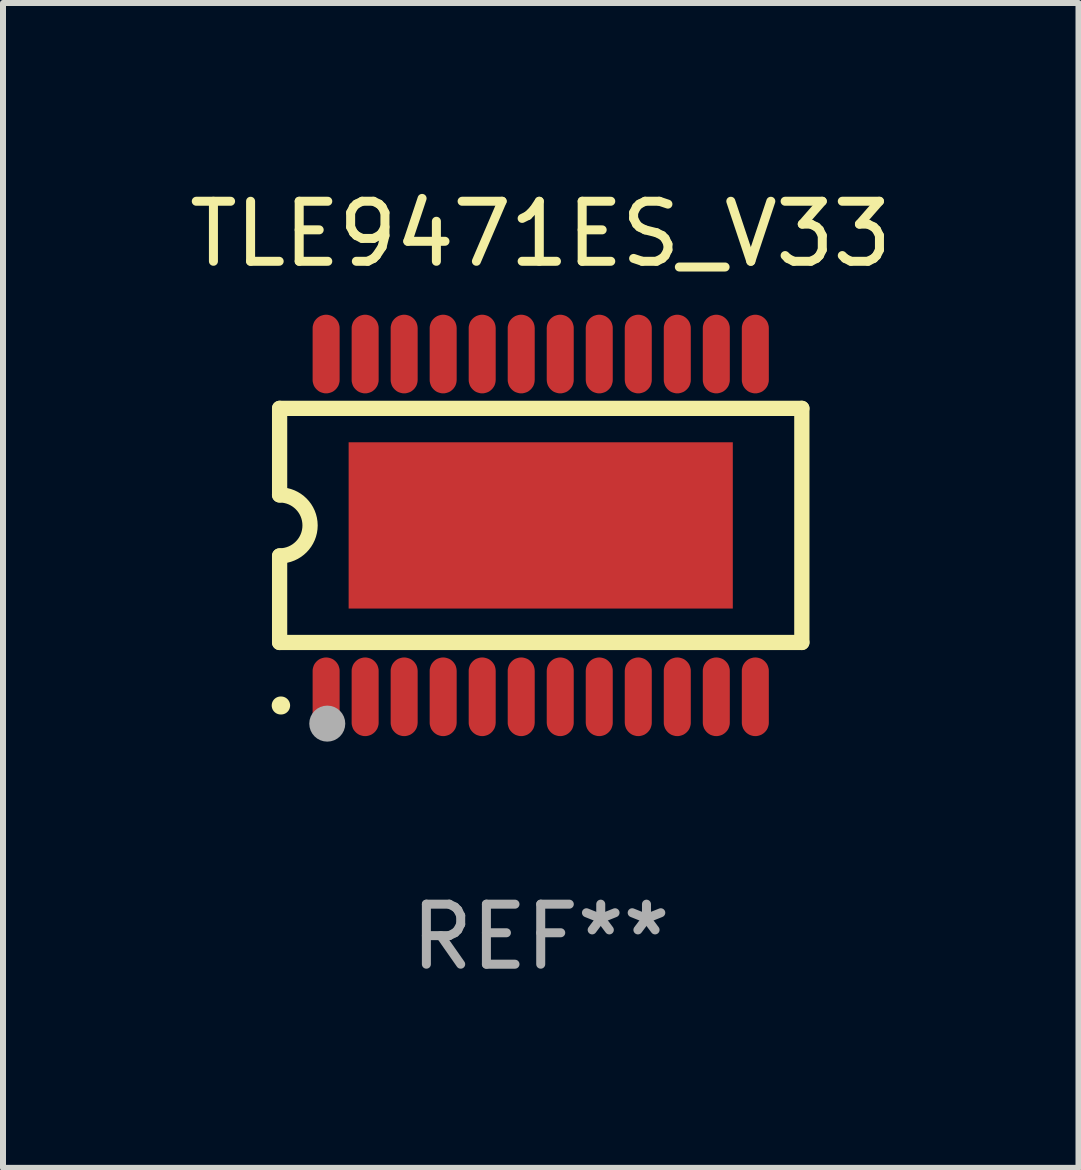
<source format=kicad_pcb>
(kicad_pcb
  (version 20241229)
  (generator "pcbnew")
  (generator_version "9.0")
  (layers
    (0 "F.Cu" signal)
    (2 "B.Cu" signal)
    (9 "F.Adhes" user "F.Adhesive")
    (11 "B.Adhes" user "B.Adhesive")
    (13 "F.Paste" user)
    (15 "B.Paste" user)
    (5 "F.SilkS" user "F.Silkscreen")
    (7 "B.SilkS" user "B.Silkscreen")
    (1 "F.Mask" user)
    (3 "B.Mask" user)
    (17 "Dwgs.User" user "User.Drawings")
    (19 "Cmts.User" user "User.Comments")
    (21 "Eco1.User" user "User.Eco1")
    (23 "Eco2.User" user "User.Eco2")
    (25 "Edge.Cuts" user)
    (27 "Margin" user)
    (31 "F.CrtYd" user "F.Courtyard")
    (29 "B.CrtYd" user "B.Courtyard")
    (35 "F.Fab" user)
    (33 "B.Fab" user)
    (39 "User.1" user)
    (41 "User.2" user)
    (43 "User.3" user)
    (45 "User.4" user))
  (footprint "TLE9471ES_V33"
    (layer "F.Cu")
    (at 5.958 5.703)
    (property "Reference" "TLE9471ES_V33" (at 0 -4.855 0) (layer "F.SilkS") (effects (font (size 1 1) (thickness 0.15))))
    (attr through_hole)
    (fp_line (start -4.35 -1.95) (end -4.35 -0.508) (stroke (width 0.254) (type solid)) (layer "F.SilkS"))
    (fp_line (start -4.35 -1.95) (end 4.35 -1.95) (stroke (width 0.254) (type solid)) (layer "F.SilkS"))
    (fp_line (start -4.35 1.95) (end -4.35 0.508) (stroke (width 0.254) (type solid)) (layer "F.SilkS"))
    (fp_line (start -4.35 1.95) (end 4.35 1.95) (stroke (width 0.254) (type solid)) (layer "F.SilkS"))
    (fp_line (start 4.35 -1.95) (end 4.35 1.95) (stroke (width 0.254) (type solid)) (layer "F.SilkS"))
    (fp_arc (start -4.351028 -0.508) (mid -3.843028 -0.000507) (end -4.350013 0.508001) (stroke (width 0.254001) (type solid)) (layer "F.SilkS"))
    (fp_arc (start -4.331656 2.999858) (mid -4.328332 2.999895) (end -4.325009 3.000005) (stroke (width 0.3) (type solid)) (layer "F.SilkS"))
    (fp_circle (center -4.325 3) (end -4.295 3) (stroke (width 0.06) (type solid)) (fill no) (layer "F.SilkS"))
    (fp_circle (center -3.556 3.302) (end -3.406 3.302) (stroke (width 0.3) (type solid)) (fill no) (layer "F.Fab"))
    (fp_text user "REF**" (at 0 6.855 0) (layer "F.Fab") (effects (font (size 1 1) (thickness 0.15))))
    (pad "1" smd custom (at -3.575 2.855 180) (size 0.45 1.31) (layers "F.Cu" "F.Mask" "F.Paste") (options (anchor circle)) (primitives (gr_poly (pts (xy -0.225 -0.43) (xy -0.224 -0.455) (xy -0.219 -0.48) (xy -0.212 -0.504) (xy -0.203 -0.528) (xy -0.19 -0.55) (xy -0.176 -0.57) (xy -0.159 -0.589) (xy -0.14 -0.606) (xy -0.12 -0.62) (xy -0.098 -0.633) (xy -0.074 -0.642) (xy -0.05 -0.649) (xy -0.025 -0.654) (xy 0.000051 -0.655) (xy 0.025 -0.654) (xy 0.05 -0.649) (xy 0.074 -0.642) (xy 0.098 -0.633) (xy 0.12 -0.62) (xy 0.14 -0.606) (xy 0.159 -0.589) (xy 0.176 -0.57) (xy 0.191 -0.55) (xy 0.203 -0.528) (xy 0.212 -0.504) (xy 0.219 -0.48) (xy 0.224 -0.455) (xy 0.225 -0.43) (xy 0.225 0.43) (xy 0.224 0.455) (xy 0.219 0.48) (xy 0.212 0.504) (xy 0.203 0.528) (xy 0.191 0.55) (xy 0.176 0.57) (xy 0.159 0.589) (xy 0.14 0.606) (xy 0.12 0.621) (xy 0.098 0.633) (xy 0.074 0.642) (xy 0.05 0.649) (xy 0.025 0.654) (xy 0.000051 0.655) (xy -0.025 0.654) (xy -0.05 0.649) (xy -0.074 0.642) (xy -0.098 0.633) (xy -0.12 0.621) (xy -0.14 0.606) (xy -0.159 0.589) (xy -0.176 0.57) (xy -0.19 0.55) (xy -0.203 0.528) (xy -0.212 0.504) (xy -0.219 0.48) (xy -0.224 0.455) (xy -0.225 0.43)) (width 0) (fill yes))))
    (pad "2" smd custom (at -2.925 2.855 180) (size 0.45 1.31) (layers "F.Cu" "F.Mask" "F.Paste") (options (anchor circle)) (primitives (gr_poly (pts (xy -0.225 -0.43) (xy -0.224 -0.455) (xy -0.219 -0.48) (xy -0.212 -0.504) (xy -0.203 -0.528) (xy -0.19 -0.55) (xy -0.176 -0.57) (xy -0.159 -0.589) (xy -0.14 -0.606) (xy -0.12 -0.62) (xy -0.098 -0.633) (xy -0.074 -0.642) (xy -0.05 -0.649) (xy -0.025 -0.654) (xy 0.000076 -0.655) (xy 0.025 -0.654) (xy 0.05 -0.649) (xy 0.074 -0.642) (xy 0.098 -0.633) (xy 0.12 -0.62) (xy 0.14 -0.606) (xy 0.159 -0.589) (xy 0.176 -0.57) (xy 0.191 -0.55) (xy 0.203 -0.528) (xy 0.212 -0.504) (xy 0.219 -0.48) (xy 0.224 -0.455) (xy 0.225 -0.43) (xy 0.225 0.43) (xy 0.224 0.455) (xy 0.219 0.48) (xy 0.212 0.504) (xy 0.203 0.528) (xy 0.191 0.55) (xy 0.176 0.57) (xy 0.159 0.589) (xy 0.14 0.606) (xy 0.12 0.621) (xy 0.098 0.633) (xy 0.074 0.642) (xy 0.05 0.649) (xy 0.025 0.654) (xy 0.000076 0.655) (xy -0.025 0.654) (xy -0.05 0.649) (xy -0.074 0.642) (xy -0.098 0.633) (xy -0.12 0.621) (xy -0.14 0.606) (xy -0.159 0.589) (xy -0.176 0.57) (xy -0.19 0.55) (xy -0.203 0.528) (xy -0.212 0.504) (xy -0.219 0.48) (xy -0.224 0.455) (xy -0.225 0.43)) (width 0) (fill yes))))
    (pad "3" smd custom (at -2.275 2.855 180) (size 0.45 1.31) (layers "F.Cu" "F.Mask" "F.Paste") (options (anchor circle)) (primitives (gr_poly (pts (xy -0.225 -0.43) (xy -0.223 -0.455) (xy -0.219 -0.48) (xy -0.212 -0.504) (xy -0.203 -0.528) (xy -0.19 -0.55) (xy -0.176 -0.57) (xy -0.159 -0.589) (xy -0.14 -0.606) (xy -0.12 -0.62) (xy -0.098 -0.633) (xy -0.074 -0.642) (xy -0.05 -0.649) (xy -0.025 -0.654) (xy 0.000076 -0.655) (xy 0.025 -0.654) (xy 0.05 -0.649) (xy 0.074 -0.642) (xy 0.098 -0.633) (xy 0.12 -0.62) (xy 0.14 -0.606) (xy 0.159 -0.589) (xy 0.176 -0.57) (xy 0.191 -0.55) (xy 0.203 -0.528) (xy 0.212 -0.504) (xy 0.219 -0.48) (xy 0.224 -0.455) (xy 0.225 -0.43) (xy 0.225 0.43) (xy 0.224 0.455) (xy 0.219 0.48) (xy 0.212 0.504) (xy 0.203 0.528) (xy 0.191 0.55) (xy 0.176 0.57) (xy 0.159 0.589) (xy 0.14 0.606) (xy 0.12 0.621) (xy 0.098 0.633) (xy 0.074 0.642) (xy 0.05 0.649) (xy 0.025 0.654) (xy 0.000076 0.655) (xy -0.025 0.654) (xy -0.05 0.649) (xy -0.074 0.642) (xy -0.098 0.633) (xy -0.12 0.621) (xy -0.14 0.606) (xy -0.159 0.589) (xy -0.176 0.57) (xy -0.19 0.55) (xy -0.203 0.528) (xy -0.212 0.504) (xy -0.219 0.48) (xy -0.223 0.455) (xy -0.225 0.43)) (width 0) (fill yes))))
    (pad "4" smd custom (at -1.625 2.855 180) (size 0.45 1.31) (layers "F.Cu" "F.Mask" "F.Paste") (options (anchor circle)) (primitives (gr_poly (pts (xy -0.225 -0.43) (xy -0.223 -0.455) (xy -0.219 -0.48) (xy -0.212 -0.504) (xy -0.203 -0.528) (xy -0.19 -0.55) (xy -0.176 -0.57) (xy -0.159 -0.589) (xy -0.14 -0.606) (xy -0.12 -0.62) (xy -0.098 -0.633) (xy -0.074 -0.642) (xy -0.05 -0.649) (xy -0.025 -0.654) (xy 0.000102 -0.655) (xy 0.025 -0.654) (xy 0.05 -0.649) (xy 0.074 -0.642) (xy 0.098 -0.633) (xy 0.12 -0.62) (xy 0.14 -0.606) (xy 0.159 -0.589) (xy 0.176 -0.57) (xy 0.191 -0.55) (xy 0.203 -0.528) (xy 0.212 -0.504) (xy 0.219 -0.48) (xy 0.224 -0.455) (xy 0.225 -0.43) (xy 0.225 0.43) (xy 0.224 0.455) (xy 0.219 0.48) (xy 0.212 0.504) (xy 0.203 0.528) (xy 0.191 0.55) (xy 0.176 0.57) (xy 0.159 0.589) (xy 0.14 0.606) (xy 0.12 0.621) (xy 0.098 0.633) (xy 0.074 0.642) (xy 0.05 0.649) (xy 0.025 0.654) (xy 0.000102 0.655) (xy -0.025 0.654) (xy -0.05 0.649) (xy -0.074 0.642) (xy -0.098 0.633) (xy -0.12 0.621) (xy -0.14 0.606) (xy -0.159 0.589) (xy -0.176 0.57) (xy -0.19 0.55) (xy -0.203 0.528) (xy -0.212 0.504) (xy -0.219 0.48) (xy -0.223 0.455) (xy -0.225 0.43)) (width 0) (fill yes))))
    (pad "5" smd custom (at -0.975 2.855 180) (size 0.45 1.31) (layers "F.Cu" "F.Mask" "F.Paste") (options (anchor circle)) (primitives (gr_poly (pts (xy -0.225 -0.43) (xy -0.223 -0.455) (xy -0.219 -0.48) (xy -0.212 -0.504) (xy -0.203 -0.528) (xy -0.19 -0.55) (xy -0.176 -0.57) (xy -0.159 -0.589) (xy -0.14 -0.606) (xy -0.12 -0.62) (xy -0.098 -0.633) (xy -0.074 -0.642) (xy -0.05 -0.649) (xy -0.025 -0.654) (xy 0.000102 -0.655) (xy 0.025 -0.654) (xy 0.05 -0.649) (xy 0.074 -0.642) (xy 0.098 -0.633) (xy 0.12 -0.62) (xy 0.14 -0.606) (xy 0.159 -0.589) (xy 0.176 -0.57) (xy 0.191 -0.55) (xy 0.203 -0.528) (xy 0.212 -0.504) (xy 0.219 -0.48) (xy 0.224 -0.455) (xy 0.225 -0.43) (xy 0.225 0.43) (xy 0.224 0.455) (xy 0.219 0.48) (xy 0.212 0.504) (xy 0.203 0.528) (xy 0.191 0.55) (xy 0.176 0.57) (xy 0.159 0.589) (xy 0.14 0.606) (xy 0.12 0.621) (xy 0.098 0.633) (xy 0.074 0.642) (xy 0.05 0.649) (xy 0.025 0.654) (xy 0.000102 0.655) (xy -0.025 0.654) (xy -0.05 0.649) (xy -0.074 0.642) (xy -0.098 0.633) (xy -0.12 0.621) (xy -0.14 0.606) (xy -0.159 0.589) (xy -0.176 0.57) (xy -0.19 0.55) (xy -0.203 0.528) (xy -0.212 0.504) (xy -0.219 0.48) (xy -0.223 0.455) (xy -0.225 0.43)) (width 0) (fill yes))))
    (pad "6" smd custom (at -0.325 2.855 180) (size 0.45 1.31) (layers "F.Cu" "F.Mask" "F.Paste") (options (anchor circle)) (primitives (gr_poly (pts (xy -0.225 -0.43) (xy -0.223 -0.455) (xy -0.219 -0.48) (xy -0.212 -0.504) (xy -0.203 -0.528) (xy -0.19 -0.55) (xy -0.176 -0.57) (xy -0.159 -0.589) (xy -0.14 -0.606) (xy -0.12 -0.62) (xy -0.098 -0.633) (xy -0.074 -0.642) (xy -0.05 -0.649) (xy -0.025 -0.654) (xy 0.000127 -0.655) (xy 0.025 -0.654) (xy 0.05 -0.649) (xy 0.074 -0.642) (xy 0.098 -0.633) (xy 0.12 -0.62) (xy 0.14 -0.606) (xy 0.159 -0.589) (xy 0.176 -0.57) (xy 0.191 -0.55) (xy 0.203 -0.528) (xy 0.212 -0.504) (xy 0.219 -0.48) (xy 0.224 -0.455) (xy 0.225 -0.43) (xy 0.225 0.43) (xy 0.224 0.455) (xy 0.219 0.48) (xy 0.212 0.504) (xy 0.203 0.528) (xy 0.191 0.55) (xy 0.176 0.57) (xy 0.159 0.589) (xy 0.14 0.606) (xy 0.12 0.621) (xy 0.098 0.633) (xy 0.074 0.642) (xy 0.05 0.649) (xy 0.025 0.654) (xy 0.000127 0.655) (xy -0.025 0.654) (xy -0.05 0.649) (xy -0.074 0.642) (xy -0.098 0.633) (xy -0.12 0.621) (xy -0.14 0.606) (xy -0.159 0.589) (xy -0.176 0.57) (xy -0.19 0.55) (xy -0.203 0.528) (xy -0.212 0.504) (xy -0.219 0.48) (xy -0.223 0.455) (xy -0.225 0.43)) (width 0) (fill yes))))
    (pad "7" smd custom (at 0.325 2.855 180) (size 0.45 1.31) (layers "F.Cu" "F.Mask" "F.Paste") (options (anchor circle)) (primitives (gr_poly (pts (xy -0.225 -0.43) (xy -0.224 -0.455) (xy -0.219 -0.48) (xy -0.212 -0.504) (xy -0.203 -0.528) (xy -0.191 -0.55) (xy -0.176 -0.57) (xy -0.159 -0.589) (xy -0.14 -0.606) (xy -0.12 -0.62) (xy -0.098 -0.633) (xy -0.074 -0.642) (xy -0.05 -0.649) (xy -0.025 -0.654) (xy -0.000127 -0.655) (xy 0.025 -0.654) (xy 0.05 -0.649) (xy 0.074 -0.642) (xy 0.098 -0.633) (xy 0.12 -0.62) (xy 0.14 -0.606) (xy 0.159 -0.589) (xy 0.176 -0.57) (xy 0.19 -0.55) (xy 0.203 -0.528) (xy 0.212 -0.504) (xy 0.219 -0.48) (xy 0.223 -0.455) (xy 0.225 -0.43) (xy 0.225 0.43) (xy 0.223 0.455) (xy 0.219 0.48) (xy 0.212 0.504) (xy 0.203 0.528) (xy 0.19 0.55) (xy 0.176 0.57) (xy 0.159 0.589) (xy 0.14 0.606) (xy 0.12 0.621) (xy 0.098 0.633) (xy 0.074 0.642) (xy 0.05 0.649) (xy 0.025 0.654) (xy -0.000127 0.655) (xy -0.025 0.654) (xy -0.05 0.649) (xy -0.074 0.642) (xy -0.098 0.633) (xy -0.12 0.621) (xy -0.14 0.606) (xy -0.159 0.589) (xy -0.176 0.57) (xy -0.191 0.55) (xy -0.203 0.528) (xy -0.212 0.504) (xy -0.219 0.48) (xy -0.224 0.455) (xy -0.225 0.43)) (width 0) (fill yes))))
    (pad "8" smd custom (at 0.975 2.855 180) (size 0.45 1.31) (layers "F.Cu" "F.Mask" "F.Paste") (options (anchor circle)) (primitives (gr_poly (pts (xy -0.225 -0.43) (xy -0.224 -0.455) (xy -0.219 -0.48) (xy -0.212 -0.504) (xy -0.203 -0.528) (xy -0.191 -0.55) (xy -0.176 -0.57) (xy -0.159 -0.589) (xy -0.14 -0.606) (xy -0.12 -0.62) (xy -0.098 -0.633) (xy -0.074 -0.642) (xy -0.05 -0.649) (xy -0.025 -0.654) (xy -0.000102 -0.655) (xy 0.025 -0.654) (xy 0.05 -0.649) (xy 0.074 -0.642) (xy 0.098 -0.633) (xy 0.12 -0.62) (xy 0.14 -0.606) (xy 0.159 -0.589) (xy 0.176 -0.57) (xy 0.19 -0.55) (xy 0.203 -0.528) (xy 0.212 -0.504) (xy 0.219 -0.48) (xy 0.223 -0.455) (xy 0.225 -0.43) (xy 0.225 0.43) (xy 0.223 0.455) (xy 0.219 0.48) (xy 0.212 0.504) (xy 0.203 0.528) (xy 0.19 0.55) (xy 0.176 0.57) (xy 0.159 0.589) (xy 0.14 0.606) (xy 0.12 0.621) (xy 0.098 0.633) (xy 0.074 0.642) (xy 0.05 0.649) (xy 0.025 0.654) (xy -0.000102 0.655) (xy -0.025 0.654) (xy -0.05 0.649) (xy -0.074 0.642) (xy -0.098 0.633) (xy -0.12 0.621) (xy -0.14 0.606) (xy -0.159 0.589) (xy -0.176 0.57) (xy -0.191 0.55) (xy -0.203 0.528) (xy -0.212 0.504) (xy -0.219 0.48) (xy -0.224 0.455) (xy -0.225 0.43)) (width 0) (fill yes))))
    (pad "9" smd custom (at 1.625 2.855 180) (size 0.45 1.31) (layers "F.Cu" "F.Mask" "F.Paste") (options (anchor circle)) (primitives (gr_poly (pts (xy -0.225 -0.43) (xy -0.224 -0.455) (xy -0.219 -0.48) (xy -0.212 -0.504) (xy -0.203 -0.528) (xy -0.191 -0.55) (xy -0.176 -0.57) (xy -0.159 -0.589) (xy -0.14 -0.606) (xy -0.12 -0.62) (xy -0.098 -0.633) (xy -0.074 -0.642) (xy -0.05 -0.649) (xy -0.025 -0.654) (xy -0.000102 -0.655) (xy 0.025 -0.654) (xy 0.05 -0.649) (xy 0.074 -0.642) (xy 0.098 -0.633) (xy 0.12 -0.62) (xy 0.14 -0.606) (xy 0.159 -0.589) (xy 0.176 -0.57) (xy 0.19 -0.55) (xy 0.203 -0.528) (xy 0.212 -0.504) (xy 0.219 -0.48) (xy 0.223 -0.455) (xy 0.225 -0.43) (xy 0.225 0.43) (xy 0.223 0.455) (xy 0.219 0.48) (xy 0.212 0.504) (xy 0.203 0.528) (xy 0.19 0.55) (xy 0.176 0.57) (xy 0.159 0.589) (xy 0.14 0.606) (xy 0.12 0.621) (xy 0.098 0.633) (xy 0.074 0.642) (xy 0.05 0.649) (xy 0.025 0.654) (xy -0.000102 0.655) (xy -0.025 0.654) (xy -0.05 0.649) (xy -0.074 0.642) (xy -0.098 0.633) (xy -0.12 0.621) (xy -0.14 0.606) (xy -0.159 0.589) (xy -0.176 0.57) (xy -0.191 0.55) (xy -0.203 0.528) (xy -0.212 0.504) (xy -0.219 0.48) (xy -0.224 0.455) (xy -0.225 0.43)) (width 0) (fill yes))))
    (pad "10" smd custom (at 2.275 2.855 180) (size 0.45 1.31) (layers "F.Cu" "F.Mask" "F.Paste") (options (anchor circle)) (primitives (gr_poly (pts (xy -0.225 -0.43) (xy -0.224 -0.455) (xy -0.219 -0.48) (xy -0.212 -0.504) (xy -0.203 -0.528) (xy -0.191 -0.55) (xy -0.176 -0.57) (xy -0.159 -0.589) (xy -0.14 -0.606) (xy -0.12 -0.62) (xy -0.098 -0.633) (xy -0.074 -0.642) (xy -0.05 -0.649) (xy -0.025 -0.654) (xy -0.000076 -0.655) (xy 0.025 -0.654) (xy 0.05 -0.649) (xy 0.074 -0.642) (xy 0.098 -0.633) (xy 0.12 -0.62) (xy 0.14 -0.606) (xy 0.159 -0.589) (xy 0.176 -0.57) (xy 0.19 -0.55) (xy 0.203 -0.528) (xy 0.212 -0.504) (xy 0.219 -0.48) (xy 0.224 -0.455) (xy 0.225 -0.43) (xy 0.225 0.43) (xy 0.224 0.455) (xy 0.219 0.48) (xy 0.212 0.504) (xy 0.203 0.528) (xy 0.19 0.55) (xy 0.176 0.57) (xy 0.159 0.589) (xy 0.14 0.606) (xy 0.12 0.621) (xy 0.098 0.633) (xy 0.074 0.642) (xy 0.05 0.649) (xy 0.025 0.654) (xy -0.000076 0.655) (xy -0.025 0.654) (xy -0.05 0.649) (xy -0.074 0.642) (xy -0.098 0.633) (xy -0.12 0.621) (xy -0.14 0.606) (xy -0.159 0.589) (xy -0.176 0.57) (xy -0.191 0.55) (xy -0.203 0.528) (xy -0.212 0.504) (xy -0.219 0.48) (xy -0.224 0.455) (xy -0.225 0.43)) (width 0) (fill yes))))
    (pad "11" smd custom (at 2.925 2.855 180) (size 0.45 1.31) (layers "F.Cu" "F.Mask" "F.Paste") (options (anchor circle)) (primitives (gr_poly (pts (xy -0.225 -0.43) (xy -0.224 -0.455) (xy -0.219 -0.48) (xy -0.212 -0.504) (xy -0.203 -0.528) (xy -0.191 -0.55) (xy -0.176 -0.57) (xy -0.159 -0.589) (xy -0.14 -0.606) (xy -0.12 -0.62) (xy -0.098 -0.633) (xy -0.074 -0.642) (xy -0.05 -0.649) (xy -0.025 -0.654) (xy -0.000051 -0.655) (xy 0.025 -0.654) (xy 0.05 -0.649) (xy 0.074 -0.642) (xy 0.098 -0.633) (xy 0.12 -0.62) (xy 0.14 -0.606) (xy 0.159 -0.589) (xy 0.176 -0.57) (xy 0.19 -0.55) (xy 0.203 -0.528) (xy 0.212 -0.504) (xy 0.219 -0.48) (xy 0.224 -0.455) (xy 0.225 -0.43) (xy 0.225 0.43) (xy 0.224 0.455) (xy 0.219 0.48) (xy 0.212 0.504) (xy 0.203 0.528) (xy 0.19 0.55) (xy 0.176 0.57) (xy 0.159 0.589) (xy 0.14 0.606) (xy 0.12 0.621) (xy 0.098 0.633) (xy 0.074 0.642) (xy 0.05 0.649) (xy 0.025 0.654) (xy -0.000051 0.655) (xy -0.025 0.654) (xy -0.05 0.649) (xy -0.074 0.642) (xy -0.098 0.633) (xy -0.12 0.621) (xy -0.14 0.606) (xy -0.159 0.589) (xy -0.176 0.57) (xy -0.191 0.55) (xy -0.203 0.528) (xy -0.212 0.504) (xy -0.219 0.48) (xy -0.224 0.455) (xy -0.225 0.43)) (width 0) (fill yes))))
    (pad "12" smd custom (at 3.575 2.855 180) (size 0.45 1.31) (layers "F.Cu" "F.Mask" "F.Paste") (options (anchor circle)) (primitives (gr_poly (pts (xy -0.225 -0.43) (xy -0.224 -0.455) (xy -0.219 -0.48) (xy -0.212 -0.504) (xy -0.203 -0.528) (xy -0.191 -0.55) (xy -0.176 -0.57) (xy -0.159 -0.589) (xy -0.14 -0.606) (xy -0.12 -0.62) (xy -0.098 -0.633) (xy -0.074 -0.642) (xy -0.05 -0.649) (xy -0.025 -0.654) (xy -0.000051 -0.655) (xy 0.025 -0.654) (xy 0.05 -0.649) (xy 0.074 -0.642) (xy 0.098 -0.633) (xy 0.12 -0.62) (xy 0.14 -0.606) (xy 0.159 -0.589) (xy 0.176 -0.57) (xy 0.19 -0.55) (xy 0.203 -0.528) (xy 0.212 -0.504) (xy 0.219 -0.48) (xy 0.224 -0.455) (xy 0.225 -0.43) (xy 0.225 0.43) (xy 0.224 0.455) (xy 0.219 0.48) (xy 0.212 0.504) (xy 0.203 0.528) (xy 0.19 0.55) (xy 0.176 0.57) (xy 0.159 0.589) (xy 0.14 0.606) (xy 0.12 0.621) (xy 0.098 0.633) (xy 0.074 0.642) (xy 0.05 0.649) (xy 0.025 0.654) (xy -0.000051 0.655) (xy -0.025 0.654) (xy -0.05 0.649) (xy -0.074 0.642) (xy -0.098 0.633) (xy -0.12 0.621) (xy -0.14 0.606) (xy -0.159 0.589) (xy -0.176 0.57) (xy -0.191 0.55) (xy -0.203 0.528) (xy -0.212 0.504) (xy -0.219 0.48) (xy -0.224 0.455) (xy -0.225 0.43)) (width 0) (fill yes))))
    (pad "13" smd custom (at 3.575 -2.855 180) (size 0.45 1.31) (layers "F.Cu" "F.Mask" "F.Paste") (options (anchor circle)) (primitives (gr_poly (pts (xy -0.225 -0.43) (xy -0.224 -0.455) (xy -0.219 -0.48) (xy -0.212 -0.504) (xy -0.203 -0.528) (xy -0.191 -0.55) (xy -0.176 -0.57) (xy -0.159 -0.589) (xy -0.14 -0.606) (xy -0.12 -0.621) (xy -0.098 -0.633) (xy -0.074 -0.642) (xy -0.05 -0.649) (xy -0.025 -0.654) (xy -0.000051 -0.655) (xy 0.025 -0.654) (xy 0.05 -0.649) (xy 0.074 -0.642) (xy 0.098 -0.633) (xy 0.12 -0.621) (xy 0.14 -0.606) (xy 0.159 -0.589) (xy 0.176 -0.57) (xy 0.19 -0.55) (xy 0.203 -0.528) (xy 0.212 -0.504) (xy 0.219 -0.48) (xy 0.224 -0.455) (xy 0.225 -0.43) (xy 0.225 0.43) (xy 0.224 0.455) (xy 0.219 0.48) (xy 0.212 0.504) (xy 0.203 0.528) (xy 0.19 0.55) (xy 0.176 0.57) (xy 0.159 0.589) (xy 0.14 0.606) (xy 0.12 0.62) (xy 0.098 0.633) (xy 0.074 0.642) (xy 0.05 0.649) (xy 0.025 0.654) (xy -0.000051 0.655) (xy -0.025 0.654) (xy -0.05 0.649) (xy -0.074 0.642) (xy -0.098 0.633) (xy -0.12 0.62) (xy -0.14 0.606) (xy -0.159 0.589) (xy -0.176 0.57) (xy -0.191 0.55) (xy -0.203 0.528) (xy -0.212 0.504) (xy -0.219 0.48) (xy -0.224 0.455) (xy -0.225 0.43)) (width 0) (fill yes))))
    (pad "14" smd custom (at 2.925 -2.855 180) (size 0.45 1.31) (layers "F.Cu" "F.Mask" "F.Paste") (options (anchor circle)) (primitives (gr_poly (pts (xy -0.225 -0.43) (xy -0.224 -0.455) (xy -0.219 -0.48) (xy -0.212 -0.504) (xy -0.203 -0.528) (xy -0.191 -0.55) (xy -0.176 -0.57) (xy -0.159 -0.589) (xy -0.14 -0.606) (xy -0.12 -0.621) (xy -0.098 -0.633) (xy -0.074 -0.642) (xy -0.05 -0.649) (xy -0.025 -0.654) (xy -0.000051 -0.655) (xy 0.025 -0.654) (xy 0.05 -0.649) (xy 0.074 -0.642) (xy 0.098 -0.633) (xy 0.12 -0.621) (xy 0.14 -0.606) (xy 0.159 -0.589) (xy 0.176 -0.57) (xy 0.19 -0.55) (xy 0.203 -0.528) (xy 0.212 -0.504) (xy 0.219 -0.48) (xy 0.224 -0.455) (xy 0.225 -0.43) (xy 0.225 0.43) (xy 0.224 0.455) (xy 0.219 0.48) (xy 0.212 0.504) (xy 0.203 0.528) (xy 0.19 0.55) (xy 0.176 0.57) (xy 0.159 0.589) (xy 0.14 0.606) (xy 0.12 0.62) (xy 0.098 0.633) (xy 0.074 0.642) (xy 0.05 0.649) (xy 0.025 0.654) (xy -0.000051 0.655) (xy -0.025 0.654) (xy -0.05 0.649) (xy -0.074 0.642) (xy -0.098 0.633) (xy -0.12 0.62) (xy -0.14 0.606) (xy -0.159 0.589) (xy -0.176 0.57) (xy -0.191 0.55) (xy -0.203 0.528) (xy -0.212 0.504) (xy -0.219 0.48) (xy -0.224 0.455) (xy -0.225 0.43)) (width 0) (fill yes))))
    (pad "15" smd custom (at 2.275 -2.855 180) (size 0.45 1.31) (layers "F.Cu" "F.Mask" "F.Paste") (options (anchor circle)) (primitives (gr_poly (pts (xy -0.225 -0.43) (xy -0.224 -0.455) (xy -0.219 -0.48) (xy -0.212 -0.504) (xy -0.203 -0.528) (xy -0.191 -0.55) (xy -0.176 -0.57) (xy -0.159 -0.589) (xy -0.14 -0.606) (xy -0.12 -0.621) (xy -0.098 -0.633) (xy -0.074 -0.642) (xy -0.05 -0.649) (xy -0.025 -0.654) (xy -0.000076 -0.655) (xy 0.025 -0.654) (xy 0.05 -0.649) (xy 0.074 -0.642) (xy 0.098 -0.633) (xy 0.12 -0.621) (xy 0.14 -0.606) (xy 0.159 -0.589) (xy 0.176 -0.57) (xy 0.19 -0.55) (xy 0.203 -0.528) (xy 0.212 -0.504) (xy 0.219 -0.48) (xy 0.224 -0.455) (xy 0.225 -0.43) (xy 0.225 0.43) (xy 0.224 0.455) (xy 0.219 0.48) (xy 0.212 0.504) (xy 0.203 0.528) (xy 0.19 0.55) (xy 0.176 0.57) (xy 0.159 0.589) (xy 0.14 0.606) (xy 0.12 0.62) (xy 0.098 0.633) (xy 0.074 0.642) (xy 0.05 0.649) (xy 0.025 0.654) (xy -0.000076 0.655) (xy -0.025 0.654) (xy -0.05 0.649) (xy -0.074 0.642) (xy -0.098 0.633) (xy -0.12 0.62) (xy -0.14 0.606) (xy -0.159 0.589) (xy -0.176 0.57) (xy -0.191 0.55) (xy -0.203 0.528) (xy -0.212 0.504) (xy -0.219 0.48) (xy -0.224 0.455) (xy -0.225 0.43)) (width 0) (fill yes))))
    (pad "16" smd custom (at 1.625 -2.855 180) (size 0.45 1.31) (layers "F.Cu" "F.Mask" "F.Paste") (options (anchor circle)) (primitives (gr_poly (pts (xy -0.225 -0.43) (xy -0.224 -0.455) (xy -0.219 -0.48) (xy -0.212 -0.504) (xy -0.203 -0.528) (xy -0.191 -0.55) (xy -0.176 -0.57) (xy -0.159 -0.589) (xy -0.14 -0.606) (xy -0.12 -0.621) (xy -0.098 -0.633) (xy -0.074 -0.642) (xy -0.05 -0.649) (xy -0.025 -0.654) (xy -0.000102 -0.655) (xy 0.025 -0.654) (xy 0.05 -0.649) (xy 0.074 -0.642) (xy 0.098 -0.633) (xy 0.12 -0.621) (xy 0.14 -0.606) (xy 0.159 -0.589) (xy 0.176 -0.57) (xy 0.19 -0.55) (xy 0.203 -0.528) (xy 0.212 -0.504) (xy 0.219 -0.48) (xy 0.223 -0.455) (xy 0.225 -0.43) (xy 0.225 0.43) (xy 0.223 0.455) (xy 0.219 0.48) (xy 0.212 0.504) (xy 0.203 0.528) (xy 0.19 0.55) (xy 0.176 0.57) (xy 0.159 0.589) (xy 0.14 0.606) (xy 0.12 0.62) (xy 0.098 0.633) (xy 0.074 0.642) (xy 0.05 0.649) (xy 0.025 0.654) (xy -0.000102 0.655) (xy -0.025 0.654) (xy -0.05 0.649) (xy -0.074 0.642) (xy -0.098 0.633) (xy -0.12 0.62) (xy -0.14 0.606) (xy -0.159 0.589) (xy -0.176 0.57) (xy -0.191 0.55) (xy -0.203 0.528) (xy -0.212 0.504) (xy -0.219 0.48) (xy -0.224 0.455) (xy -0.225 0.43)) (width 0) (fill yes))))
    (pad "17" smd custom (at 0.975 -2.855 180) (size 0.45 1.31) (layers "F.Cu" "F.Mask" "F.Paste") (options (anchor circle)) (primitives (gr_poly (pts (xy -0.225 -0.43) (xy -0.224 -0.455) (xy -0.219 -0.48) (xy -0.212 -0.504) (xy -0.203 -0.528) (xy -0.191 -0.55) (xy -0.176 -0.57) (xy -0.159 -0.589) (xy -0.14 -0.606) (xy -0.12 -0.621) (xy -0.098 -0.633) (xy -0.074 -0.642) (xy -0.05 -0.649) (xy -0.025 -0.654) (xy -0.000102 -0.655) (xy 0.025 -0.654) (xy 0.05 -0.649) (xy 0.074 -0.642) (xy 0.098 -0.633) (xy 0.12 -0.621) (xy 0.14 -0.606) (xy 0.159 -0.589) (xy 0.176 -0.57) (xy 0.19 -0.55) (xy 0.203 -0.528) (xy 0.212 -0.504) (xy 0.219 -0.48) (xy 0.223 -0.455) (xy 0.225 -0.43) (xy 0.225 0.43) (xy 0.223 0.455) (xy 0.219 0.48) (xy 0.212 0.504) (xy 0.203 0.528) (xy 0.19 0.55) (xy 0.176 0.57) (xy 0.159 0.589) (xy 0.14 0.606) (xy 0.12 0.62) (xy 0.098 0.633) (xy 0.074 0.642) (xy 0.05 0.649) (xy 0.025 0.654) (xy -0.000102 0.655) (xy -0.025 0.654) (xy -0.05 0.649) (xy -0.074 0.642) (xy -0.098 0.633) (xy -0.12 0.62) (xy -0.14 0.606) (xy -0.159 0.589) (xy -0.176 0.57) (xy -0.191 0.55) (xy -0.203 0.528) (xy -0.212 0.504) (xy -0.219 0.48) (xy -0.224 0.455) (xy -0.225 0.43)) (width 0) (fill yes))))
    (pad "18" smd custom (at 0.325 -2.855 180) (size 0.45 1.31) (layers "F.Cu" "F.Mask" "F.Paste") (options (anchor circle)) (primitives (gr_poly (pts (xy -0.225 -0.43) (xy -0.224 -0.455) (xy -0.219 -0.48) (xy -0.212 -0.504) (xy -0.203 -0.528) (xy -0.191 -0.55) (xy -0.176 -0.57) (xy -0.159 -0.589) (xy -0.14 -0.606) (xy -0.12 -0.621) (xy -0.098 -0.633) (xy -0.074 -0.642) (xy -0.05 -0.649) (xy -0.025 -0.654) (xy -0.000127 -0.655) (xy 0.025 -0.654) (xy 0.05 -0.649) (xy 0.074 -0.642) (xy 0.098 -0.633) (xy 0.12 -0.621) (xy 0.14 -0.606) (xy 0.159 -0.589) (xy 0.176 -0.57) (xy 0.19 -0.55) (xy 0.203 -0.528) (xy 0.212 -0.504) (xy 0.219 -0.48) (xy 0.223 -0.455) (xy 0.225 -0.43) (xy 0.225 0.43) (xy 0.223 0.455) (xy 0.219 0.48) (xy 0.212 0.504) (xy 0.203 0.528) (xy 0.19 0.55) (xy 0.176 0.57) (xy 0.159 0.589) (xy 0.14 0.606) (xy 0.12 0.62) (xy 0.098 0.633) (xy 0.074 0.642) (xy 0.05 0.649) (xy 0.025 0.654) (xy -0.000127 0.655) (xy -0.025 0.654) (xy -0.05 0.649) (xy -0.074 0.642) (xy -0.098 0.633) (xy -0.12 0.62) (xy -0.14 0.606) (xy -0.159 0.589) (xy -0.176 0.57) (xy -0.191 0.55) (xy -0.203 0.528) (xy -0.212 0.504) (xy -0.219 0.48) (xy -0.224 0.455) (xy -0.225 0.43)) (width 0) (fill yes))))
    (pad "19" smd custom (at -0.325 -2.855 180) (size 0.45 1.31) (layers "F.Cu" "F.Mask" "F.Paste") (options (anchor circle)) (primitives (gr_poly (pts (xy -0.225 -0.43) (xy -0.223 -0.455) (xy -0.219 -0.48) (xy -0.212 -0.504) (xy -0.203 -0.528) (xy -0.19 -0.55) (xy -0.176 -0.57) (xy -0.159 -0.589) (xy -0.14 -0.606) (xy -0.12 -0.621) (xy -0.098 -0.633) (xy -0.074 -0.642) (xy -0.05 -0.649) (xy -0.025 -0.654) (xy 0.000127 -0.655) (xy 0.025 -0.654) (xy 0.05 -0.649) (xy 0.074 -0.642) (xy 0.098 -0.633) (xy 0.12 -0.621) (xy 0.14 -0.606) (xy 0.159 -0.589) (xy 0.176 -0.57) (xy 0.191 -0.55) (xy 0.203 -0.528) (xy 0.212 -0.504) (xy 0.219 -0.48) (xy 0.224 -0.455) (xy 0.225 -0.43) (xy 0.225 0.43) (xy 0.224 0.455) (xy 0.219 0.48) (xy 0.212 0.504) (xy 0.203 0.528) (xy 0.191 0.55) (xy 0.176 0.57) (xy 0.159 0.589) (xy 0.14 0.606) (xy 0.12 0.62) (xy 0.098 0.633) (xy 0.074 0.642) (xy 0.05 0.649) (xy 0.025 0.654) (xy 0.000127 0.655) (xy -0.025 0.654) (xy -0.05 0.649) (xy -0.074 0.642) (xy -0.098 0.633) (xy -0.12 0.62) (xy -0.14 0.606) (xy -0.159 0.589) (xy -0.176 0.57) (xy -0.19 0.55) (xy -0.203 0.528) (xy -0.212 0.504) (xy -0.219 0.48) (xy -0.223 0.455) (xy -0.225 0.43)) (width 0) (fill yes))))
    (pad "20" smd custom (at -0.975 -2.855 180) (size 0.45 1.31) (layers "F.Cu" "F.Mask" "F.Paste") (options (anchor circle)) (primitives (gr_poly (pts (xy -0.225 -0.43) (xy -0.223 -0.455) (xy -0.219 -0.48) (xy -0.212 -0.504) (xy -0.203 -0.528) (xy -0.19 -0.55) (xy -0.176 -0.57) (xy -0.159 -0.589) (xy -0.14 -0.606) (xy -0.12 -0.621) (xy -0.098 -0.633) (xy -0.074 -0.642) (xy -0.05 -0.649) (xy -0.025 -0.654) (xy 0.000102 -0.655) (xy 0.025 -0.654) (xy 0.05 -0.649) (xy 0.074 -0.642) (xy 0.098 -0.633) (xy 0.12 -0.621) (xy 0.14 -0.606) (xy 0.159 -0.589) (xy 0.176 -0.57) (xy 0.191 -0.55) (xy 0.203 -0.528) (xy 0.212 -0.504) (xy 0.219 -0.48) (xy 0.224 -0.455) (xy 0.225 -0.43) (xy 0.225 0.43) (xy 0.224 0.455) (xy 0.219 0.48) (xy 0.212 0.504) (xy 0.203 0.528) (xy 0.191 0.55) (xy 0.176 0.57) (xy 0.159 0.589) (xy 0.14 0.606) (xy 0.12 0.62) (xy 0.098 0.633) (xy 0.074 0.642) (xy 0.05 0.649) (xy 0.025 0.654) (xy 0.000102 0.655) (xy -0.025 0.654) (xy -0.05 0.649) (xy -0.074 0.642) (xy -0.098 0.633) (xy -0.12 0.62) (xy -0.14 0.606) (xy -0.159 0.589) (xy -0.176 0.57) (xy -0.19 0.55) (xy -0.203 0.528) (xy -0.212 0.504) (xy -0.219 0.48) (xy -0.223 0.455) (xy -0.225 0.43)) (width 0) (fill yes))))
    (pad "21" smd custom (at -1.625 -2.855 180) (size 0.45 1.31) (layers "F.Cu" "F.Mask" "F.Paste") (options (anchor circle)) (primitives (gr_poly (pts (xy -0.225 -0.43) (xy -0.223 -0.455) (xy -0.219 -0.48) (xy -0.212 -0.504) (xy -0.203 -0.528) (xy -0.19 -0.55) (xy -0.176 -0.57) (xy -0.159 -0.589) (xy -0.14 -0.606) (xy -0.12 -0.621) (xy -0.098 -0.633) (xy -0.074 -0.642) (xy -0.05 -0.649) (xy -0.025 -0.654) (xy 0.000102 -0.655) (xy 0.025 -0.654) (xy 0.05 -0.649) (xy 0.074 -0.642) (xy 0.098 -0.633) (xy 0.12 -0.621) (xy 0.14 -0.606) (xy 0.159 -0.589) (xy 0.176 -0.57) (xy 0.191 -0.55) (xy 0.203 -0.528) (xy 0.212 -0.504) (xy 0.219 -0.48) (xy 0.224 -0.455) (xy 0.225 -0.43) (xy 0.225 0.43) (xy 0.224 0.455) (xy 0.219 0.48) (xy 0.212 0.504) (xy 0.203 0.528) (xy 0.191 0.55) (xy 0.176 0.57) (xy 0.159 0.589) (xy 0.14 0.606) (xy 0.12 0.62) (xy 0.098 0.633) (xy 0.074 0.642) (xy 0.05 0.649) (xy 0.025 0.654) (xy 0.000102 0.655) (xy -0.025 0.654) (xy -0.05 0.649) (xy -0.074 0.642) (xy -0.098 0.633) (xy -0.12 0.62) (xy -0.14 0.606) (xy -0.159 0.589) (xy -0.176 0.57) (xy -0.19 0.55) (xy -0.203 0.528) (xy -0.212 0.504) (xy -0.219 0.48) (xy -0.223 0.455) (xy -0.225 0.43)) (width 0) (fill yes))))
    (pad "22" smd custom (at -2.275 -2.855 180) (size 0.45 1.31) (layers "F.Cu" "F.Mask" "F.Paste") (options (anchor circle)) (primitives (gr_poly (pts (xy -0.225 -0.43) (xy -0.223 -0.455) (xy -0.219 -0.48) (xy -0.212 -0.504) (xy -0.203 -0.528) (xy -0.19 -0.55) (xy -0.176 -0.57) (xy -0.159 -0.589) (xy -0.14 -0.606) (xy -0.12 -0.621) (xy -0.098 -0.633) (xy -0.074 -0.642) (xy -0.05 -0.649) (xy -0.025 -0.654) (xy 0.000076 -0.655) (xy 0.025 -0.654) (xy 0.05 -0.649) (xy 0.074 -0.642) (xy 0.098 -0.633) (xy 0.12 -0.621) (xy 0.14 -0.606) (xy 0.159 -0.589) (xy 0.176 -0.57) (xy 0.191 -0.55) (xy 0.203 -0.528) (xy 0.212 -0.504) (xy 0.219 -0.48) (xy 0.224 -0.455) (xy 0.225 -0.43) (xy 0.225 0.43) (xy 0.224 0.455) (xy 0.219 0.48) (xy 0.212 0.504) (xy 0.203 0.528) (xy 0.191 0.55) (xy 0.176 0.57) (xy 0.159 0.589) (xy 0.14 0.606) (xy 0.12 0.62) (xy 0.098 0.633) (xy 0.074 0.642) (xy 0.05 0.649) (xy 0.025 0.654) (xy 0.000076 0.655) (xy -0.025 0.654) (xy -0.05 0.649) (xy -0.074 0.642) (xy -0.098 0.633) (xy -0.12 0.62) (xy -0.14 0.606) (xy -0.159 0.589) (xy -0.176 0.57) (xy -0.19 0.55) (xy -0.203 0.528) (xy -0.212 0.504) (xy -0.219 0.48) (xy -0.223 0.455) (xy -0.225 0.43)) (width 0) (fill yes))))
    (pad "23" smd custom (at -2.925 -2.855 180) (size 0.45 1.31) (layers "F.Cu" "F.Mask" "F.Paste") (options (anchor circle)) (primitives (gr_poly (pts (xy -0.225 -0.43) (xy -0.224 -0.455) (xy -0.219 -0.48) (xy -0.212 -0.504) (xy -0.203 -0.528) (xy -0.19 -0.55) (xy -0.176 -0.57) (xy -0.159 -0.589) (xy -0.14 -0.606) (xy -0.12 -0.621) (xy -0.098 -0.633) (xy -0.074 -0.642) (xy -0.05 -0.649) (xy -0.025 -0.654) (xy 0.000076 -0.655) (xy 0.025 -0.654) (xy 0.05 -0.649) (xy 0.074 -0.642) (xy 0.098 -0.633) (xy 0.12 -0.621) (xy 0.14 -0.606) (xy 0.159 -0.589) (xy 0.176 -0.57) (xy 0.191 -0.55) (xy 0.203 -0.528) (xy 0.212 -0.504) (xy 0.219 -0.48) (xy 0.224 -0.455) (xy 0.225 -0.43) (xy 0.225 0.43) (xy 0.224 0.455) (xy 0.219 0.48) (xy 0.212 0.504) (xy 0.203 0.528) (xy 0.191 0.55) (xy 0.176 0.57) (xy 0.159 0.589) (xy 0.14 0.606) (xy 0.12 0.62) (xy 0.098 0.633) (xy 0.074 0.642) (xy 0.05 0.649) (xy 0.025 0.654) (xy 0.000076 0.655) (xy -0.025 0.654) (xy -0.05 0.649) (xy -0.074 0.642) (xy -0.098 0.633) (xy -0.12 0.62) (xy -0.14 0.606) (xy -0.159 0.589) (xy -0.176 0.57) (xy -0.19 0.55) (xy -0.203 0.528) (xy -0.212 0.504) (xy -0.219 0.48) (xy -0.224 0.455) (xy -0.225 0.43)) (width 0) (fill yes))))
    (pad "24" smd custom (at -3.575 -2.855 180) (size 0.45 1.31) (layers "F.Cu" "F.Mask" "F.Paste") (options (anchor circle)) (primitives (gr_poly (pts (xy -0.225 -0.43) (xy -0.224 -0.455) (xy -0.219 -0.48) (xy -0.212 -0.504) (xy -0.203 -0.528) (xy -0.19 -0.55) (xy -0.176 -0.57) (xy -0.159 -0.589) (xy -0.14 -0.606) (xy -0.12 -0.621) (xy -0.098 -0.633) (xy -0.074 -0.642) (xy -0.05 -0.649) (xy -0.025 -0.654) (xy 0.000051 -0.655) (xy 0.025 -0.654) (xy 0.05 -0.649) (xy 0.074 -0.642) (xy 0.098 -0.633) (xy 0.12 -0.621) (xy 0.14 -0.606) (xy 0.159 -0.589) (xy 0.176 -0.57) (xy 0.191 -0.55) (xy 0.203 -0.528) (xy 0.212 -0.504) (xy 0.219 -0.48) (xy 0.224 -0.455) (xy 0.225 -0.43) (xy 0.225 0.43) (xy 0.224 0.455) (xy 0.219 0.48) (xy 0.212 0.504) (xy 0.203 0.528) (xy 0.191 0.55) (xy 0.176 0.57) (xy 0.159 0.589) (xy 0.14 0.606) (xy 0.12 0.62) (xy 0.098 0.633) (xy 0.074 0.642) (xy 0.05 0.649) (xy 0.025 0.654) (xy 0.000051 0.655) (xy -0.025 0.654) (xy -0.05 0.649) (xy -0.074 0.642) (xy -0.098 0.633) (xy -0.12 0.62) (xy -0.14 0.606) (xy -0.159 0.589) (xy -0.176 0.57) (xy -0.19 0.55) (xy -0.203 0.528) (xy -0.212 0.504) (xy -0.219 0.48) (xy -0.224 0.455) (xy -0.225 0.43)) (width 0) (fill yes))))
    (pad "25" smd rect (at 0 0) (size 6.4 2.77) (layers "F.Cu" "F.Mask" "F.Paste")))
  (gr_rect
    (start -3 -3)
    (end 14.917 16.406)
    (stroke (width 0.1) (type default))
    (fill no)
    (layer "Edge.Cuts")))
</source>
